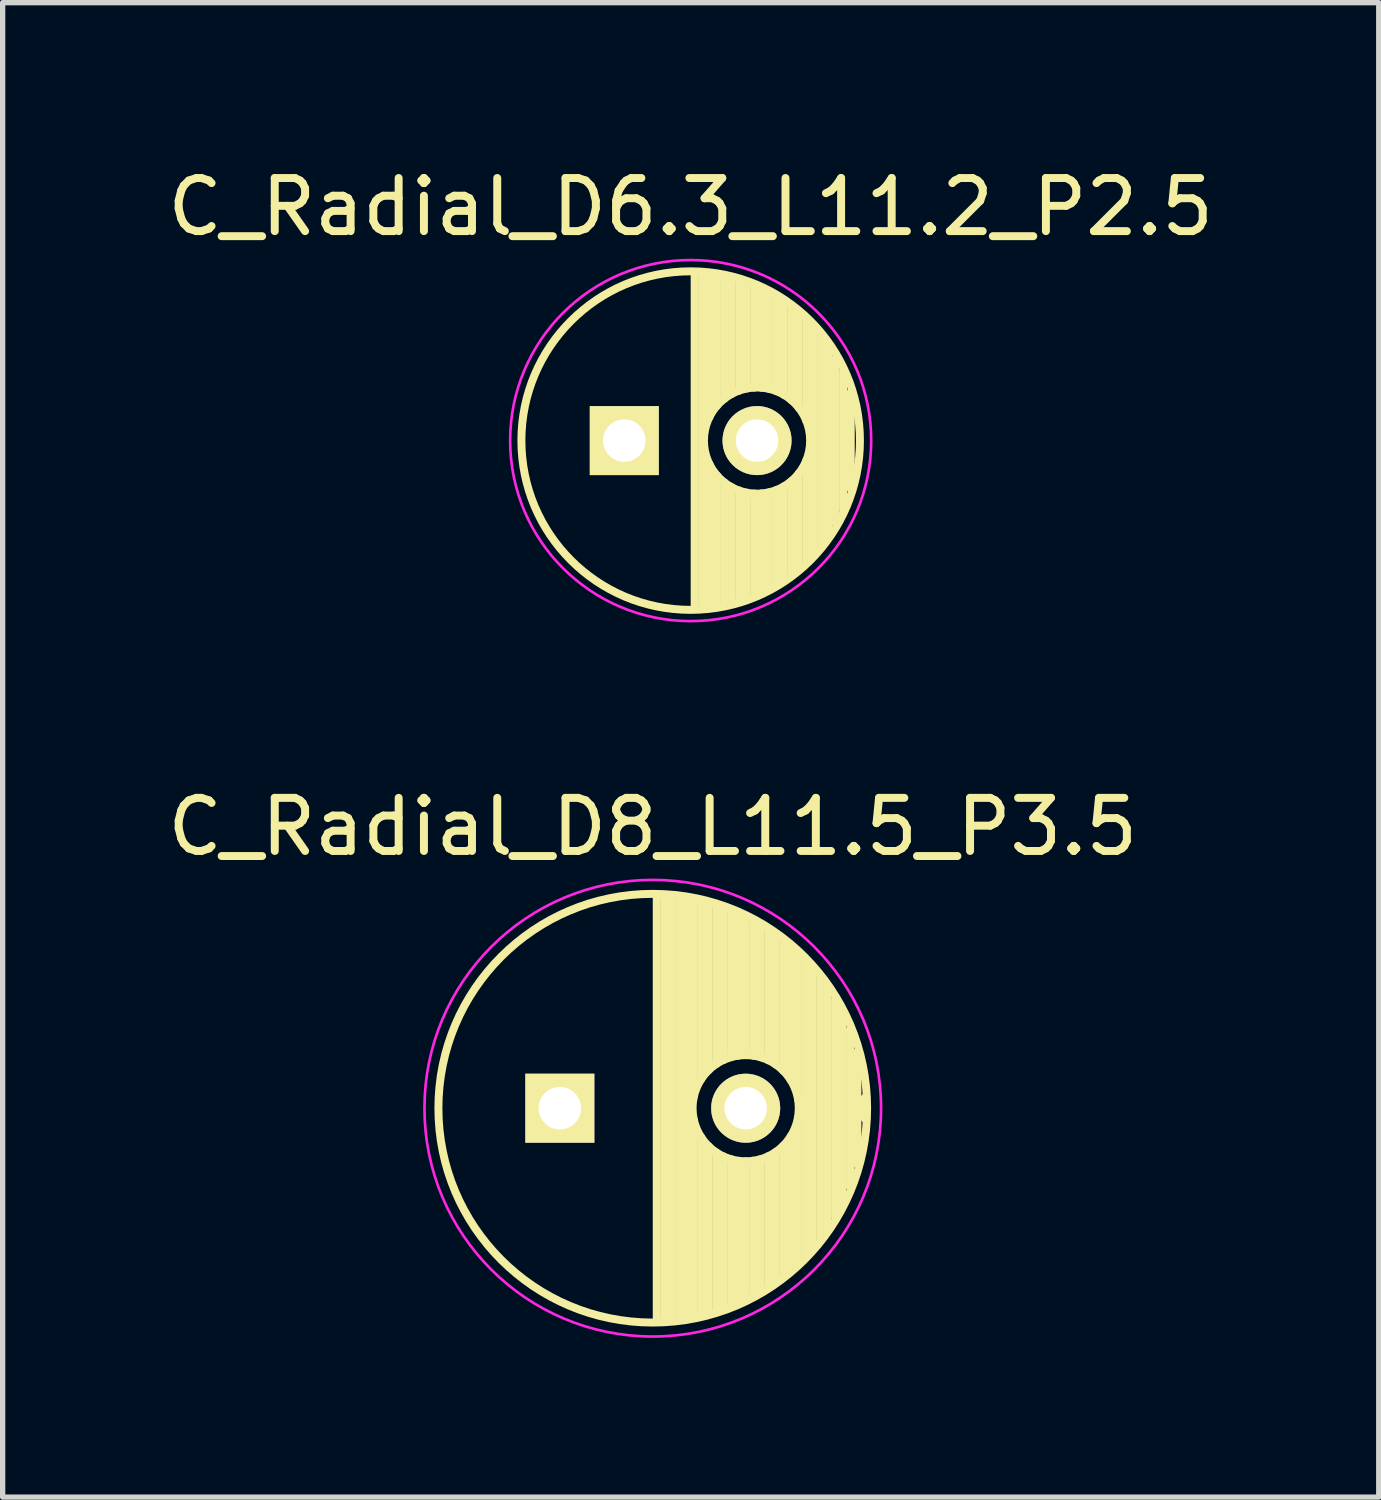
<source format=kicad_pcb>
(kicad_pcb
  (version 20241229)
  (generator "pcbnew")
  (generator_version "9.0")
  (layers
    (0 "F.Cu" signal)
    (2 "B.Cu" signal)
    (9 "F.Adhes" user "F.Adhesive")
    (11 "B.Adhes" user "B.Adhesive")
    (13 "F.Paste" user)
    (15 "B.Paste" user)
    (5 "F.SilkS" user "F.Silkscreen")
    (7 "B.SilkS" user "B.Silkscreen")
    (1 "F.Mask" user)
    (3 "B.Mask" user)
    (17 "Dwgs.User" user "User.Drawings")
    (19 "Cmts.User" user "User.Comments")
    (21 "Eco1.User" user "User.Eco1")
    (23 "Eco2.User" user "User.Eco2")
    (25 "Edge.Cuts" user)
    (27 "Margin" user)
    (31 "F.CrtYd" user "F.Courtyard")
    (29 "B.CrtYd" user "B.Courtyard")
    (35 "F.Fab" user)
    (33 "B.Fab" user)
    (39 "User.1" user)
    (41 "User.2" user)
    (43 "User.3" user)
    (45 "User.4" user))
  (footprint "C_Radial_D8_L11.5_P3.5"
    (layer "F.Cu")
    (at 7.494 17.822)
    (property "Reference" "C_Radial_D8_L11.5_P3.5" (at 1.75 -5.3 0) (layer "F.SilkS") (effects (font (size 1 1) (thickness 0.15))))
    (attr through_hole)
    (fp_line (start 1.825 -3.999) (end 1.825 3.999) (stroke (width 0.15) (type solid)) (layer "F.SilkS"))
    (fp_line (start 1.965 -3.994) (end 1.965 3.994) (stroke (width 0.15) (type solid)) (layer "F.SilkS"))
    (fp_line (start 2.105 -3.984) (end 2.105 3.984) (stroke (width 0.15) (type solid)) (layer "F.SilkS"))
    (fp_line (start 2.245 -3.969) (end 2.245 3.969) (stroke (width 0.15) (type solid)) (layer "F.SilkS"))
    (fp_line (start 2.385 -3.949) (end 2.385 3.949) (stroke (width 0.15) (type solid)) (layer "F.SilkS"))
    (fp_line (start 2.525 -3.924) (end 2.525 -0.222) (stroke (width 0.15) (type solid)) (layer "F.SilkS"))
    (fp_line (start 2.525 0.222) (end 2.525 3.924) (stroke (width 0.15) (type solid)) (layer "F.SilkS"))
    (fp_line (start 2.665 -3.894) (end 2.665 -0.55) (stroke (width 0.15) (type solid)) (layer "F.SilkS"))
    (fp_line (start 2.665 0.55) (end 2.665 3.894) (stroke (width 0.15) (type solid)) (layer "F.SilkS"))
    (fp_line (start 2.805 -3.858) (end 2.805 -0.719) (stroke (width 0.15) (type solid)) (layer "F.SilkS"))
    (fp_line (start 2.805 0.719) (end 2.805 3.858) (stroke (width 0.15) (type solid)) (layer "F.SilkS"))
    (fp_line (start 2.945 -3.817) (end 2.945 -0.832) (stroke (width 0.15) (type solid)) (layer "F.SilkS"))
    (fp_line (start 2.945 0.832) (end 2.945 3.817) (stroke (width 0.15) (type solid)) (layer "F.SilkS"))
    (fp_line (start 3.085 -3.771) (end 3.085 -0.91) (stroke (width 0.15) (type solid)) (layer "F.SilkS"))
    (fp_line (start 3.085 0.91) (end 3.085 3.771) (stroke (width 0.15) (type solid)) (layer "F.SilkS"))
    (fp_line (start 3.225 -3.718) (end 3.225 -0.961) (stroke (width 0.15) (type solid)) (layer "F.SilkS"))
    (fp_line (start 3.225 0.961) (end 3.225 3.718) (stroke (width 0.15) (type solid)) (layer "F.SilkS"))
    (fp_line (start 3.365 -3.659) (end 3.365 -0.991) (stroke (width 0.15) (type solid)) (layer "F.SilkS"))
    (fp_line (start 3.365 0.991) (end 3.365 3.659) (stroke (width 0.15) (type solid)) (layer "F.SilkS"))
    (fp_line (start 3.505 -3.594) (end 3.505 -1) (stroke (width 0.15) (type solid)) (layer "F.SilkS"))
    (fp_line (start 3.505 1) (end 3.505 3.594) (stroke (width 0.15) (type solid)) (layer "F.SilkS"))
    (fp_line (start 3.645 -3.523) (end 3.645 -0.989) (stroke (width 0.15) (type solid)) (layer "F.SilkS"))
    (fp_line (start 3.645 0.989) (end 3.645 3.523) (stroke (width 0.15) (type solid)) (layer "F.SilkS"))
    (fp_line (start 3.785 -3.444) (end 3.785 -0.959) (stroke (width 0.15) (type solid)) (layer "F.SilkS"))
    (fp_line (start 3.785 0.959) (end 3.785 3.444) (stroke (width 0.15) (type solid)) (layer "F.SilkS"))
    (fp_line (start 3.925 -3.357) (end 3.925 -0.905) (stroke (width 0.15) (type solid)) (layer "F.SilkS"))
    (fp_line (start 3.925 0.905) (end 3.925 3.357) (stroke (width 0.15) (type solid)) (layer "F.SilkS"))
    (fp_line (start 4.065 -3.262) (end 4.065 -0.825) (stroke (width 0.15) (type solid)) (layer "F.SilkS"))
    (fp_line (start 4.065 0.825) (end 4.065 3.262) (stroke (width 0.15) (type solid)) (layer "F.SilkS"))
    (fp_line (start 4.205 -3.158) (end 4.205 -0.709) (stroke (width 0.15) (type solid)) (layer "F.SilkS"))
    (fp_line (start 4.205 0.709) (end 4.205 3.158) (stroke (width 0.15) (type solid)) (layer "F.SilkS"))
    (fp_line (start 4.345 -3.044) (end 4.345 -0.535) (stroke (width 0.15) (type solid)) (layer "F.SilkS"))
    (fp_line (start 4.345 0.535) (end 4.345 3.044) (stroke (width 0.15) (type solid)) (layer "F.SilkS"))
    (fp_line (start 4.485 -2.919) (end 4.485 -0.173) (stroke (width 0.15) (type solid)) (layer "F.SilkS"))
    (fp_line (start 4.485 0.173) (end 4.485 2.919) (stroke (width 0.15) (type solid)) (layer "F.SilkS"))
    (fp_line (start 4.625 -2.781) (end 4.625 2.781) (stroke (width 0.15) (type solid)) (layer "F.SilkS"))
    (fp_line (start 4.765 -2.629) (end 4.765 2.629) (stroke (width 0.15) (type solid)) (layer "F.SilkS"))
    (fp_line (start 4.905 -2.459) (end 4.905 2.459) (stroke (width 0.15) (type solid)) (layer "F.SilkS"))
    (fp_line (start 5.045 -2.268) (end 5.045 2.268) (stroke (width 0.15) (type solid)) (layer "F.SilkS"))
    (fp_line (start 5.185 -2.05) (end 5.185 2.05) (stroke (width 0.15) (type solid)) (layer "F.SilkS"))
    (fp_line (start 5.325 -1.794) (end 5.325 1.794) (stroke (width 0.15) (type solid)) (layer "F.SilkS"))
    (fp_line (start 5.465 -1.483) (end 5.465 1.483) (stroke (width 0.15) (type solid)) (layer "F.SilkS"))
    (fp_line (start 5.605 -1.067) (end 5.605 1.067) (stroke (width 0.15) (type solid)) (layer "F.SilkS"))
    (fp_line (start 5.745 -0.2) (end 5.745 0.2) (stroke (width 0.15) (type solid)) (layer "F.SilkS"))
    (fp_circle (center 1.75 0) (end 1.75 -4.037) (stroke (width 0.15) (type solid)) (fill no) (layer "F.SilkS"))
    (fp_circle (center 3.5 0) (end 3.5 -1) (stroke (width 0.15) (type solid)) (fill no) (layer "F.SilkS"))
    (fp_circle (center 1.75 0) (end 1.75 -4.3) (stroke (width 0.05) (type solid)) (fill no) (layer "F.CrtYd"))
    (pad "1" thru_hole rect (at 0 0) (size 1.3 1.3) (drill 0.8) (layers "*.Cu" "*.Mask" "F.SilkS"))
    (pad "2" thru_hole circle (at 3.5 0) (size 1.3 1.3) (drill 0.8) (layers "*.Cu" "*.Mask" "F.SilkS")))
  (footprint "C_Radial_D6.3_L11.2_P2.5"
    (layer "F.Cu")
    (at 8.708 5.248)
    (property "Reference" "C_Radial_D6.3_L11.2_P2.5" (at 1.25 -4.4 0) (layer "F.SilkS") (effects (font (size 1 1) (thickness 0.15))))
    (attr through_hole)
    (fp_line (start 1.325 -3.149) (end 1.325 3.149) (stroke (width 0.15) (type solid)) (layer "F.SilkS"))
    (fp_line (start 1.465 -3.143) (end 1.465 3.143) (stroke (width 0.15) (type solid)) (layer "F.SilkS"))
    (fp_line (start 1.605 -3.13) (end 1.605 -0.446) (stroke (width 0.15) (type solid)) (layer "F.SilkS"))
    (fp_line (start 1.605 0.446) (end 1.605 3.13) (stroke (width 0.15) (type solid)) (layer "F.SilkS"))
    (fp_line (start 1.745 -3.111) (end 1.745 -0.656) (stroke (width 0.15) (type solid)) (layer "F.SilkS"))
    (fp_line (start 1.745 0.656) (end 1.745 3.111) (stroke (width 0.15) (type solid)) (layer "F.SilkS"))
    (fp_line (start 1.885 -3.085) (end 1.885 -0.789) (stroke (width 0.15) (type solid)) (layer "F.SilkS"))
    (fp_line (start 1.885 0.789) (end 1.885 3.085) (stroke (width 0.15) (type solid)) (layer "F.SilkS"))
    (fp_line (start 2.025 -3.053) (end 2.025 -0.88) (stroke (width 0.15) (type solid)) (layer "F.SilkS"))
    (fp_line (start 2.025 0.88) (end 2.025 3.053) (stroke (width 0.15) (type solid)) (layer "F.SilkS"))
    (fp_line (start 2.165 -3.014) (end 2.165 -0.942) (stroke (width 0.15) (type solid)) (layer "F.SilkS"))
    (fp_line (start 2.165 0.942) (end 2.165 3.014) (stroke (width 0.15) (type solid)) (layer "F.SilkS"))
    (fp_line (start 2.305 -2.968) (end 2.305 -0.981) (stroke (width 0.15) (type solid)) (layer "F.SilkS"))
    (fp_line (start 2.305 0.981) (end 2.305 2.968) (stroke (width 0.15) (type solid)) (layer "F.SilkS"))
    (fp_line (start 2.445 -2.915) (end 2.445 -0.998) (stroke (width 0.15) (type solid)) (layer "F.SilkS"))
    (fp_line (start 2.445 0.998) (end 2.445 2.915) (stroke (width 0.15) (type solid)) (layer "F.SilkS"))
    (fp_line (start 2.585 -2.853) (end 2.585 -0.996) (stroke (width 0.15) (type solid)) (layer "F.SilkS"))
    (fp_line (start 2.585 0.996) (end 2.585 2.853) (stroke (width 0.15) (type solid)) (layer "F.SilkS"))
    (fp_line (start 2.725 -2.783) (end 2.725 -0.974) (stroke (width 0.15) (type solid)) (layer "F.SilkS"))
    (fp_line (start 2.725 0.974) (end 2.725 2.783) (stroke (width 0.15) (type solid)) (layer "F.SilkS"))
    (fp_line (start 2.865 -2.704) (end 2.865 -0.931) (stroke (width 0.15) (type solid)) (layer "F.SilkS"))
    (fp_line (start 2.865 0.931) (end 2.865 2.704) (stroke (width 0.15) (type solid)) (layer "F.SilkS"))
    (fp_line (start 3.005 -2.616) (end 3.005 -0.863) (stroke (width 0.15) (type solid)) (layer "F.SilkS"))
    (fp_line (start 3.005 0.863) (end 3.005 2.616) (stroke (width 0.15) (type solid)) (layer "F.SilkS"))
    (fp_line (start 3.145 -2.516) (end 3.145 -0.764) (stroke (width 0.15) (type solid)) (layer "F.SilkS"))
    (fp_line (start 3.145 0.764) (end 3.145 2.516) (stroke (width 0.15) (type solid)) (layer "F.SilkS"))
    (fp_line (start 3.285 -2.404) (end 3.285 -0.619) (stroke (width 0.15) (type solid)) (layer "F.SilkS"))
    (fp_line (start 3.285 0.619) (end 3.285 2.404) (stroke (width 0.15) (type solid)) (layer "F.SilkS"))
    (fp_line (start 3.425 -2.279) (end 3.425 -0.38) (stroke (width 0.15) (type solid)) (layer "F.SilkS"))
    (fp_line (start 3.425 0.38) (end 3.425 2.279) (stroke (width 0.15) (type solid)) (layer "F.SilkS"))
    (fp_line (start 3.565 -2.136) (end 3.565 2.136) (stroke (width 0.15) (type solid)) (layer "F.SilkS"))
    (fp_line (start 3.705 -1.974) (end 3.705 1.974) (stroke (width 0.15) (type solid)) (layer "F.SilkS"))
    (fp_line (start 3.845 -1.786) (end 3.845 1.786) (stroke (width 0.15) (type solid)) (layer "F.SilkS"))
    (fp_line (start 3.985 -1.563) (end 3.985 1.563) (stroke (width 0.15) (type solid)) (layer "F.SilkS"))
    (fp_line (start 4.125 -1.287) (end 4.125 1.287) (stroke (width 0.15) (type solid)) (layer "F.SilkS"))
    (fp_line (start 4.265 -0.912) (end 4.265 0.912) (stroke (width 0.15) (type solid)) (layer "F.SilkS"))
    (fp_circle (center 1.25 0) (end 1.25 -3.188) (stroke (width 0.15) (type solid)) (fill no) (layer "F.SilkS"))
    (fp_circle (center 2.5 0) (end 2.5 -1) (stroke (width 0.15) (type solid)) (fill no) (layer "F.SilkS"))
    (fp_circle (center 1.25 0) (end 1.25 -3.4) (stroke (width 0.05) (type solid)) (fill no) (layer "F.CrtYd"))
    (pad "1" thru_hole rect (at 0 0) (size 1.3 1.3) (drill 0.8) (layers "*.Cu" "*.Mask" "F.SilkS"))
    (pad "2" thru_hole circle (at 2.5 0) (size 1.3 1.3) (drill 0.8) (layers "*.Cu" "*.Mask" "F.SilkS")))
  (gr_rect
    (start -3 -3)
    (end 22.917 25.146)
    (stroke (width 0.1) (type default))
    (fill no)
    (layer "Edge.Cuts")))
</source>
